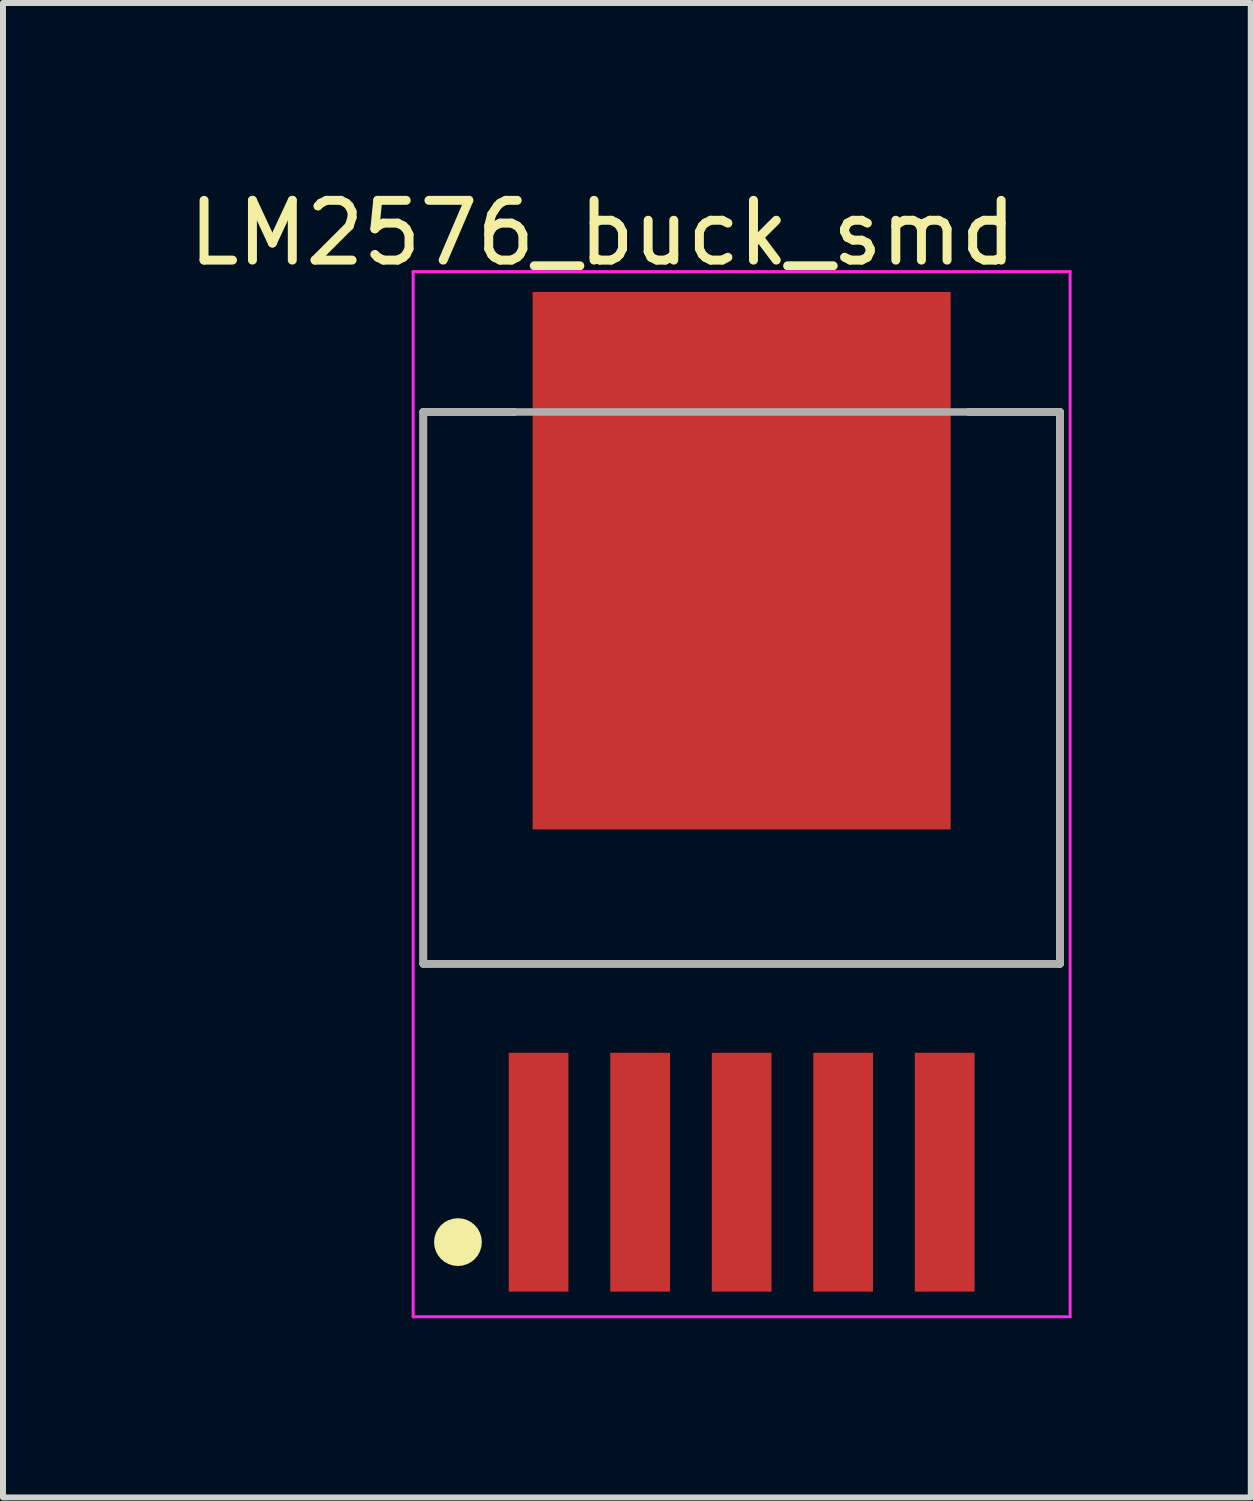
<source format=kicad_pcb>
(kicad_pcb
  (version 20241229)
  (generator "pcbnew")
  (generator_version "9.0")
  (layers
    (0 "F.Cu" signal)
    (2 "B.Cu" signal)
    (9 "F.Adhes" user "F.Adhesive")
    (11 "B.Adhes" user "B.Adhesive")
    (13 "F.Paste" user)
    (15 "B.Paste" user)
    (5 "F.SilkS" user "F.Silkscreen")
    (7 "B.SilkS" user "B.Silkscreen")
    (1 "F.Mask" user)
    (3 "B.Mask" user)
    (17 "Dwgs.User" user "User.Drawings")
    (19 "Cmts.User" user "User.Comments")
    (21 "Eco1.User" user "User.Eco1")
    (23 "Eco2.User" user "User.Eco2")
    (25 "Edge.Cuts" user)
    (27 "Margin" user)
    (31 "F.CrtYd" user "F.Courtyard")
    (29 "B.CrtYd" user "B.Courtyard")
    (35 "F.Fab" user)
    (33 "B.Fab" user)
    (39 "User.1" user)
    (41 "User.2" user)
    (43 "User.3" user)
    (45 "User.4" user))
  (footprint "LM2576_buck_smd"
    (layer "F.Cu")
    (at 9.368 10.248)
    (property "Reference" "LM2576_buck_smd" (at -2.328 -9.398 0) (layer "F.SilkS") (effects (font (size 1.001 1.001) (thickness 0.15))))
    (attr through_hole)
    (fp_line (start -5.33 -6.4) (end -5.33 2.84) (stroke (width 0.127) (type solid)) (layer "F.SilkS"))
    (fp_line (start -5.33 2.84) (end 5.33 2.84) (stroke (width 0.127) (type solid)) (layer "F.SilkS"))
    (fp_line (start -3.8 -6.4) (end -5.33 -6.4) (stroke (width 0.127) (type solid)) (layer "F.SilkS"))
    (fp_line (start 5.33 -6.4) (end 3.8 -6.4) (stroke (width 0.127) (type solid)) (layer "F.SilkS"))
    (fp_line (start 5.33 2.84) (end 5.33 -6.4) (stroke (width 0.127) (type solid)) (layer "F.SilkS"))
    (fp_circle (center -4.75 7.5) (end -4.55 7.5) (stroke (width 0.4) (type solid)) (fill no) (layer "F.SilkS"))
    (fp_line (start -5.5 -8.75) (end 5.5 -8.75) (stroke (width 0.05) (type solid)) (layer "F.CrtYd"))
    (fp_line (start -5.5 8.75) (end -5.5 -8.75) (stroke (width 0.05) (type solid)) (layer "F.CrtYd"))
    (fp_line (start 5.5 -8.75) (end 5.5 8.75) (stroke (width 0.05) (type solid)) (layer "F.CrtYd"))
    (fp_line (start 5.5 8.75) (end -5.5 8.75) (stroke (width 0.05) (type solid)) (layer "F.CrtYd"))
    (fp_line (start -5.33 -6.4) (end 5.33 -6.4) (stroke (width 0.127) (type solid)) (layer "F.Fab"))
    (fp_line (start -5.33 2.84) (end -5.33 -6.4) (stroke (width 0.127) (type solid)) (layer "F.Fab"))
    (fp_line (start 5.33 -6.4) (end 5.33 2.84) (stroke (width 0.127) (type solid)) (layer "F.Fab"))
    (fp_line (start 5.33 2.84) (end -5.33 2.84) (stroke (width 0.127) (type solid)) (layer "F.Fab"))
    (pad "1" smd rect (at -3.4 6.33) (size 1 4) (layers "F.Cu" "F.Mask" "F.Paste"))
    (pad "2" smd rect (at -1.7 6.33) (size 1 4) (layers "F.Cu" "F.Mask" "F.Paste"))
    (pad "3" smd rect (at 0 6.33) (size 1 4) (layers "F.Cu" "F.Mask" "F.Paste"))
    (pad "4" smd rect (at 1.7 6.33) (size 1 4) (layers "F.Cu" "F.Mask" "F.Paste"))
    (pad "5" smd rect (at 3.4 6.33) (size 1 4) (layers "F.Cu" "F.Mask" "F.Paste"))
    (pad "6" smd rect (at 0 -3.91) (size 7 9) (layers "F.Cu" "F.Mask" "F.Paste")))
  (gr_rect
    (start -3 -3)
    (end 17.893 22.023)
    (stroke (width 0.1) (type default))
    (fill no)
    (layer "Edge.Cuts")))
</source>
